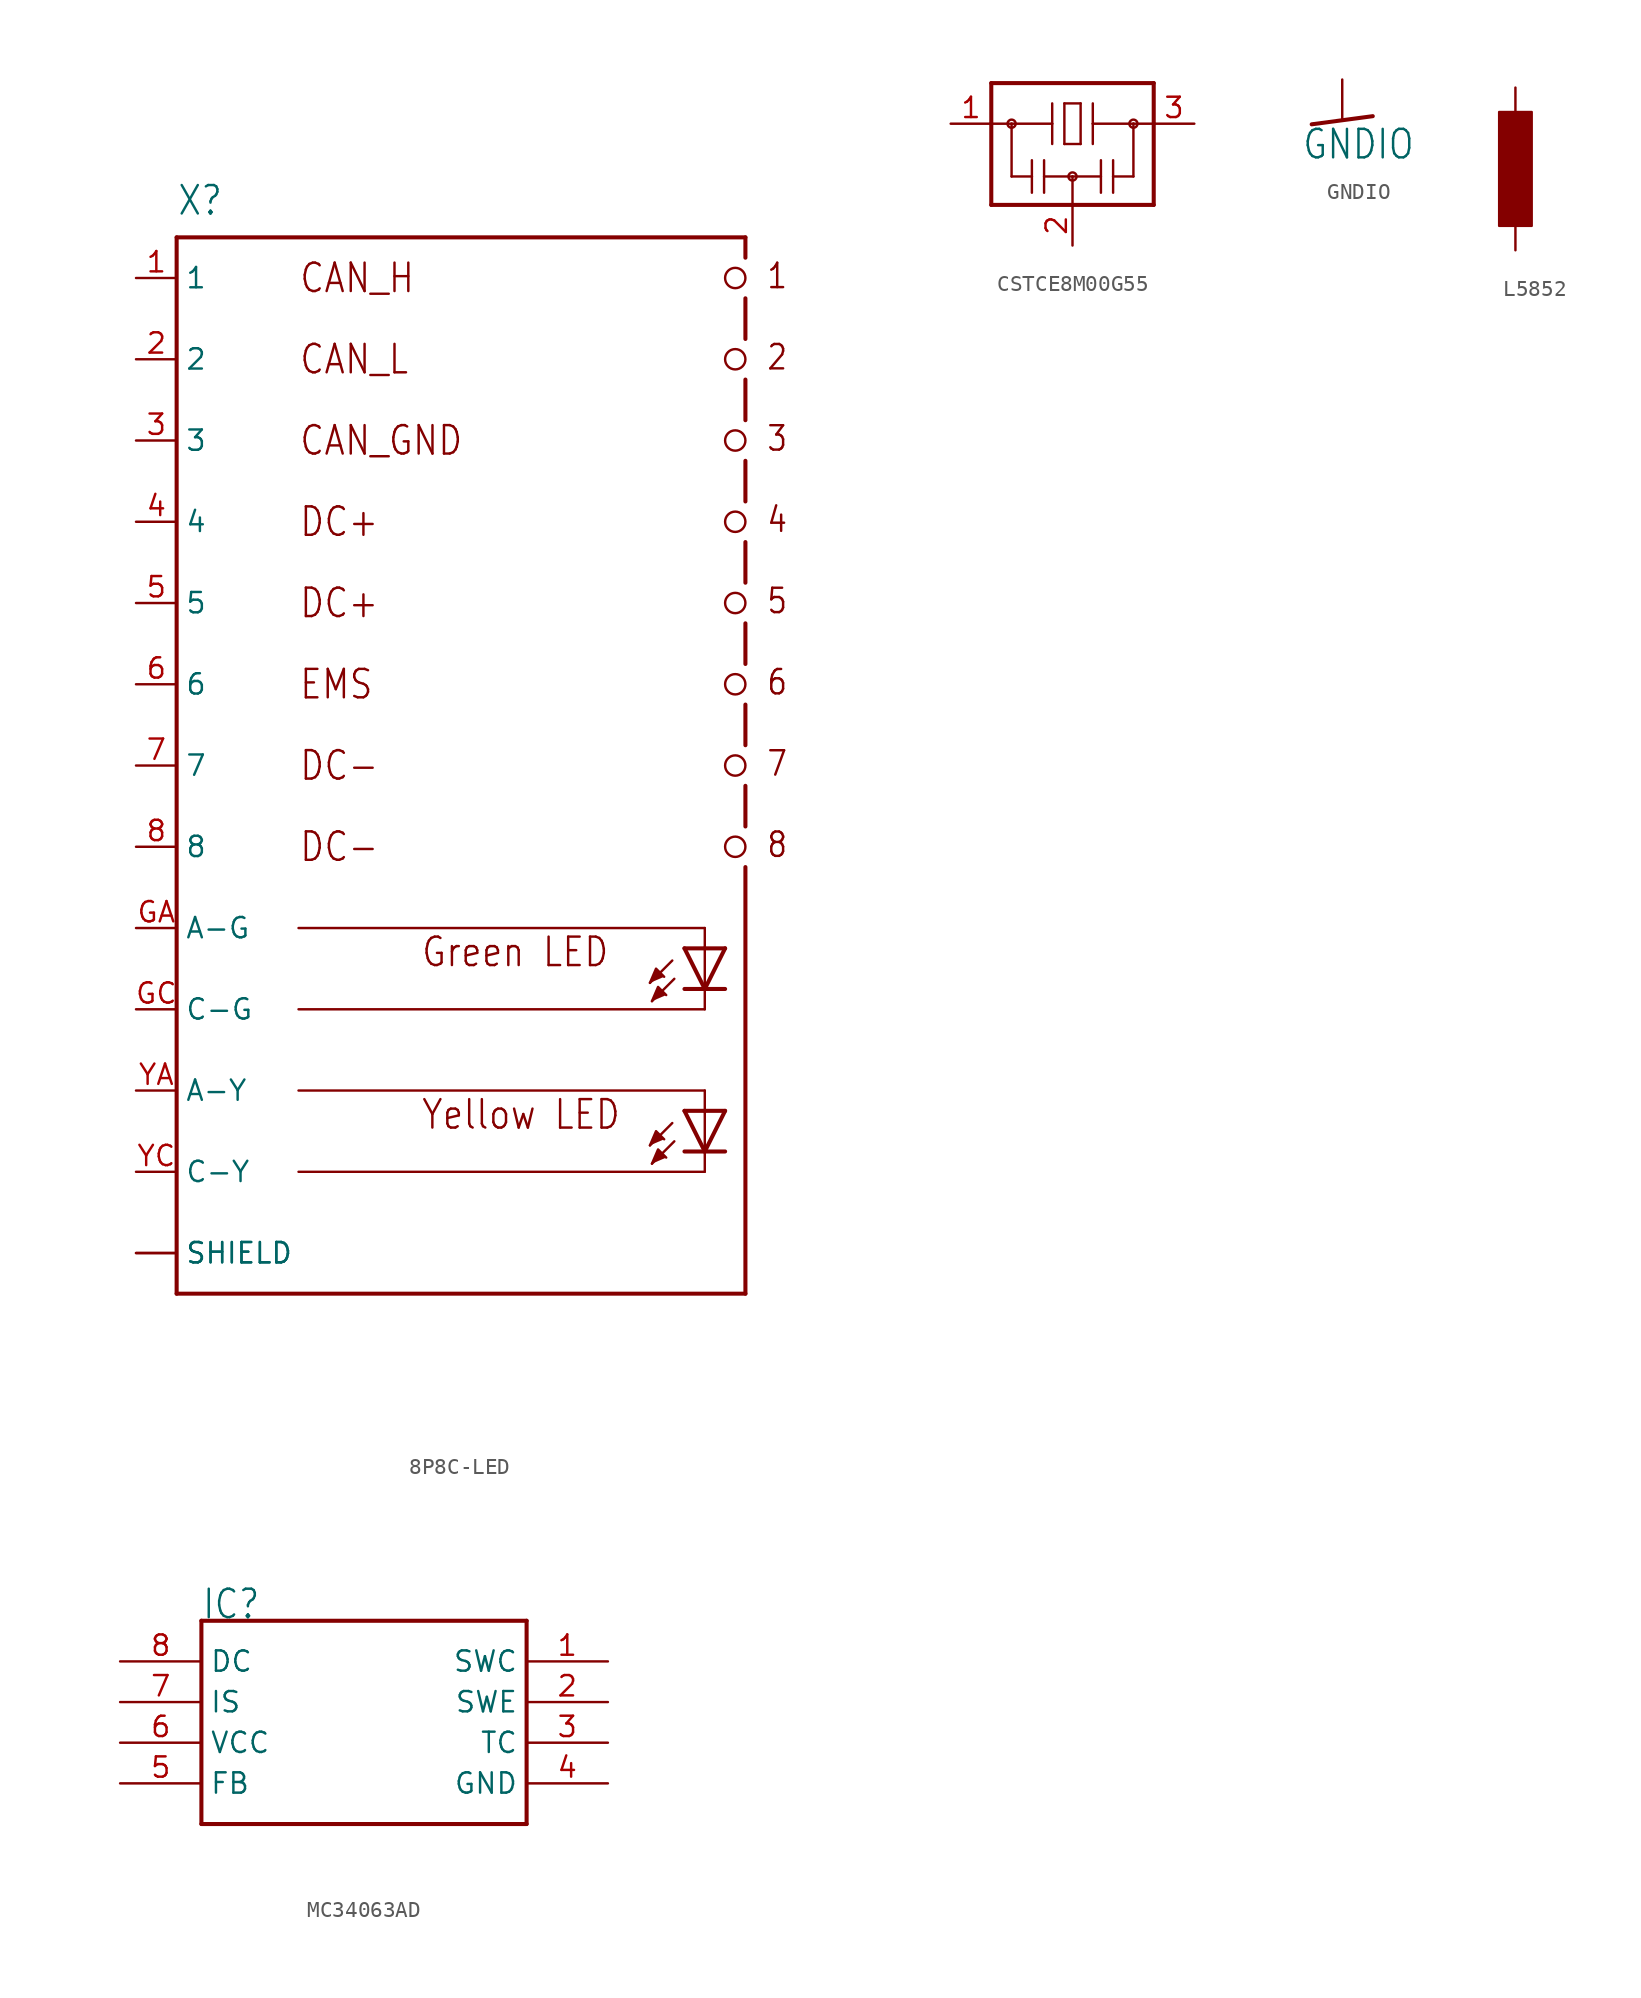
<source format=kicad_sym>
(kicad_symbol_lib
  (version 20220914)
  (generator kicad_symbol_editor)
  (symbol "8P8C-LED"
    (property "Reference" "X"
      (at -17.78 29.21 0)
      (effects (font (size 1.778 1.511)) (justify left bottom)))
    (property "Value" ""
      (at -17.78 -40.64 0)
      (effects (font (size 1.778 1.511)) (justify left bottom)))
    (property "ki_locked" ""
      (at 0 0 0)
      (effects (font (size 1.27 1.27))))
    (symbol "8P8C-LED_1_0"
      (polyline (pts (xy -17.78 -38.1) (xy 17.78 -38.1)) (stroke (width 0.254) (type solid)) (fill (type none)))
      (polyline (pts (xy -17.78 27.94) (xy -17.78 -38.1)) (stroke (width 0.254) (type solid)) (fill (type none)))
      (polyline (pts (xy -17.78 27.94) (xy 17.78 27.94)) (stroke (width 0.254) (type solid)) (fill (type none)))
      (polyline (pts (xy 13.208 -27.432) (xy 11.811 -28.829)) (stroke (width 0.152) (type solid)) (fill (type none)))
      (polyline (pts (xy 13.208 -17.272) (xy 11.811 -18.669)) (stroke (width 0.152) (type solid)) (fill (type none)))
      (polyline (pts (xy 13.335 -28.575) (xy 11.938 -29.972)) (stroke (width 0.152) (type solid)) (fill (type none)))
      (polyline (pts (xy 13.335 -18.415) (xy 11.938 -19.812)) (stroke (width 0.152) (type solid)) (fill (type none)))
      (polyline (pts (xy 15.24 -30.48) (xy -10.16 -30.48)) (stroke (width 0.152) (type solid)) (fill (type none)))
      (polyline (pts (xy 15.24 -30.48) (xy 15.24 -29.21)) (stroke (width 0.152) (type solid)) (fill (type none)))
      (polyline (pts (xy 15.24 -29.21) (xy 13.97 -29.21)) (stroke (width 0.254) (type solid)) (fill (type none)))
      (polyline (pts (xy 15.24 -29.21) (xy 13.97 -26.67)) (stroke (width 0.254) (type solid)) (fill (type none)))
      (polyline (pts (xy 15.24 -26.67) (xy 13.97 -26.67)) (stroke (width 0.254) (type solid)) (fill (type none)))
      (polyline (pts (xy 15.24 -26.67) (xy 15.24 -29.21)) (stroke (width 0.152) (type solid)) (fill (type none)))
      (polyline (pts (xy 15.24 -25.4) (xy -10.16 -25.4)) (stroke (width 0.152) (type solid)) (fill (type none)))
      (polyline (pts (xy 15.24 -25.4) (xy 15.24 -26.67)) (stroke (width 0.152) (type solid)) (fill (type none)))
      (polyline (pts (xy 15.24 -20.32) (xy -10.16 -20.32)) (stroke (width 0.152) (type solid)) (fill (type none)))
      (polyline (pts (xy 15.24 -20.32) (xy 15.24 -19.05)) (stroke (width 0.152) (type solid)) (fill (type none)))
      (polyline (pts (xy 15.24 -19.05) (xy 13.97 -19.05)) (stroke (width 0.254) (type solid)) (fill (type none)))
      (polyline (pts (xy 15.24 -19.05) (xy 13.97 -16.51)) (stroke (width 0.254) (type solid)) (fill (type none)))
      (polyline (pts (xy 15.24 -16.51) (xy 13.97 -16.51)) (stroke (width 0.254) (type solid)) (fill (type none)))
      (polyline (pts (xy 15.24 -16.51) (xy 15.24 -19.05)) (stroke (width 0.152) (type solid)) (fill (type none)))
      (polyline (pts (xy 15.24 -15.24) (xy -10.16 -15.24)) (stroke (width 0.152) (type solid)) (fill (type none)))
      (polyline (pts (xy 15.24 -15.24) (xy 15.24 -16.51)) (stroke (width 0.152) (type solid)) (fill (type none)))
      (polyline (pts (xy 16.51 -29.21) (xy 15.24 -29.21)) (stroke (width 0.254) (type solid)) (fill (type none)))
      (polyline (pts (xy 16.51 -26.67) (xy 15.24 -29.21)) (stroke (width 0.254) (type solid)) (fill (type none)))
      (polyline (pts (xy 16.51 -26.67) (xy 15.24 -26.67)) (stroke (width 0.254) (type solid)) (fill (type none)))
      (polyline (pts (xy 16.51 -19.05) (xy 15.24 -19.05)) (stroke (width 0.254) (type solid)) (fill (type none)))
      (polyline (pts (xy 16.51 -16.51) (xy 15.24 -19.05)) (stroke (width 0.254) (type solid)) (fill (type none)))
      (polyline (pts (xy 16.51 -16.51) (xy 15.24 -16.51)) (stroke (width 0.254) (type solid)) (fill (type none)))
      (polyline (pts (xy 17.78 -38.1) (xy 17.78 -11.43)) (stroke (width 0.254) (type solid)) (fill (type none)))
      (polyline (pts (xy 17.78 -8.89) (xy 17.78 -6.35)) (stroke (width 0.254) (type solid)) (fill (type none)))
      (polyline (pts (xy 17.78 -3.81) (xy 17.78 -1.27)) (stroke (width 0.254) (type solid)) (fill (type none)))
      (polyline (pts (xy 17.78 1.27) (xy 17.78 3.81)) (stroke (width 0.254) (type solid)) (fill (type none)))
      (polyline (pts (xy 17.78 6.35) (xy 17.78 8.89)) (stroke (width 0.254) (type solid)) (fill (type none)))
      (polyline (pts (xy 17.78 11.43) (xy 17.78 13.97)) (stroke (width 0.254) (type solid)) (fill (type none)))
      (polyline (pts (xy 17.78 16.51) (xy 17.78 19.05)) (stroke (width 0.254) (type solid)) (fill (type none)))
      (polyline (pts (xy 17.78 21.59) (xy 17.78 24.13)) (stroke (width 0.254) (type solid)) (fill (type none)))
      (polyline (pts (xy 17.78 27.94) (xy 17.78 26.67)) (stroke (width 0.254) (type solid)) (fill (type none)))
      (polyline (pts (xy 11.811 -28.829) (xy 12.192 -27.94) (xy 12.7 -28.448)) (stroke (width 0.152) (type solid)) (fill (type outline)))
      (polyline (pts (xy 11.811 -18.669) (xy 12.192 -17.78) (xy 12.7 -18.288)) (stroke (width 0.152) (type solid)) (fill (type outline)))
      (polyline (pts (xy 11.938 -29.972) (xy 12.319 -29.083) (xy 12.827 -29.591)) (stroke (width 0.152) (type solid)) (fill (type outline)))
      (polyline (pts (xy 11.938 -19.812) (xy 12.319 -18.923) (xy 12.827 -19.431)) (stroke (width 0.152) (type solid)) (fill (type outline)))
      (circle (center 17.145 -10.16) (radius 0.635) (stroke (width 0.152) (type solid)) (fill (type none)))
      (circle (center 17.145 -5.08) (radius 0.635) (stroke (width 0.152) (type solid)) (fill (type none)))
      (circle (center 17.145 0) (radius 0.635) (stroke (width 0.152) (type solid)) (fill (type none)))
      (circle (center 17.145 5.08) (radius 0.635) (stroke (width 0.152) (type solid)) (fill (type none)))
      (circle (center 17.145 10.16) (radius 0.635) (stroke (width 0.152) (type solid)) (fill (type none)))
      (circle (center 17.145 15.24) (radius 0.635) (stroke (width 0.152) (type solid)) (fill (type none)))
      (circle (center 17.145 20.32) (radius 0.635) (stroke (width 0.152) (type solid)) (fill (type none)))
      (circle (center 17.145 25.4) (radius 0.635) (stroke (width 0.152) (type solid)) (fill (type none)))
      (text "1" (at 19.05 24.638 0) (effects (font (size 1.524 1.295)) (justify left bottom)))
      (text "2" (at 19.05 19.558 0) (effects (font (size 1.524 1.295)) (justify left bottom)))
      (text "3" (at 19.05 14.478 0) (effects (font (size 1.524 1.295)) (justify left bottom)))
      (text "4" (at 19.05 9.398 0) (effects (font (size 1.524 1.295)) (justify left bottom)))
      (text "5" (at 19.05 4.318 0) (effects (font (size 1.524 1.295)) (justify left bottom)))
      (text "6" (at 19.05 -0.762 0) (effects (font (size 1.524 1.295)) (justify left bottom)))
      (text "7" (at 19.05 -5.842 0) (effects (font (size 1.524 1.295)) (justify left bottom)))
      (text "8" (at 19.05 -10.922 0) (effects (font (size 1.524 1.295)) (justify left bottom)))
      (text "CAN_GND" (at -10.16 15.24 0) (effects (font (size 1.778 1.511)) (justify left)))
      (text "CAN_H" (at -10.16 25.4 0) (effects (font (size 1.778 1.511)) (justify left)))
      (text "CAN_L" (at -10.16 20.32 0) (effects (font (size 1.778 1.511)) (justify left)))
      (text "DC+" (at -10.16 5.08 0) (effects (font (size 1.778 1.511)) (justify left)))
      (text "DC+" (at -10.16 10.16 0) (effects (font (size 1.778 1.511)) (justify left)))
      (text "DC-" (at -10.16 -10.16 0) (effects (font (size 1.778 1.511)) (justify left)))
      (text "DC-" (at -10.16 -5.08 0) (effects (font (size 1.778 1.511)) (justify left)))
      (text "EMS" (at -10.16 0 0) (effects (font (size 1.778 1.511)) (justify left)))
      (text "Green LED" (at -2.54 -17.78 0) (effects (font (size 1.778 1.511)) (justify left bottom)))
      (text "Yellow LED" (at -2.54 -27.94 0) (effects (font (size 1.778 1.511)) (justify left bottom)))
      (pin input line (at -20.32 25.4 0) (length 2.54) (name "1" (effects (font (size 1.27 1.27)))) (number "1" (effects (font (size 1.27 1.27)))))
      (pin input line (at -20.32 20.32 0) (length 2.54) (name "2" (effects (font (size 1.27 1.27)))) (number "2" (effects (font (size 1.27 1.27)))))
      (pin input line (at -20.32 15.24 0) (length 2.54) (name "3" (effects (font (size 1.27 1.27)))) (number "3" (effects (font (size 1.27 1.27)))))
      (pin input line (at -20.32 10.16 0) (length 2.54) (name "4" (effects (font (size 1.27 1.27)))) (number "4" (effects (font (size 1.27 1.27)))))
      (pin input line (at -20.32 5.08 0) (length 2.54) (name "5" (effects (font (size 1.27 1.27)))) (number "5" (effects (font (size 1.27 1.27)))))
      (pin input line (at -20.32 0 0) (length 2.54) (name "6" (effects (font (size 1.27 1.27)))) (number "6" (effects (font (size 1.27 1.27)))))
      (pin input line (at -20.32 -5.08 0) (length 2.54) (name "7" (effects (font (size 1.27 1.27)))) (number "7" (effects (font (size 1.27 1.27)))))
      (pin input line (at -20.32 -10.16 0) (length 2.54) (name "8" (effects (font (size 1.27 1.27)))) (number "8" (effects (font (size 1.27 1.27)))))
      (pin passive line (at -20.32 -15.24 0) (length 2.54) (name "A-G" (effects (font (size 1.27 1.27)))) (number "GA" (effects (font (size 1.27 1.27)))))
      (pin passive line (at -20.32 -20.32 0) (length 2.54) (name "C-G" (effects (font (size 1.27 1.27)))) (number "GC" (effects (font (size 1.27 1.27)))))
      (pin passive line (at -20.32 -35.56 0) (length 2.54) (name "SHIELD" (effects (font (size 1.27 1.27)))) (number "M1" (effects (font (size 0 0)))))
      (pin passive line (at -20.32 -35.56 0) (length 2.54) (name "SHIELD" (effects (font (size 1.27 1.27)))) (number "M2" (effects (font (size 0 0)))))
      (pin passive line (at -20.32 -25.4 0) (length 2.54) (name "A-Y" (effects (font (size 1.27 1.27)))) (number "YA" (effects (font (size 1.27 1.27)))))
      (pin passive line (at -20.32 -30.48 0) (length 2.54) (name "C-Y" (effects (font (size 1.27 1.27)))) (number "YC" (effects (font (size 1.27 1.27)))))))
  (symbol "CSTCE8M00G55"
    (property "Reference" ""
      (at -5.08 3.81 0)
      (effects (font (size 1.778 1.511)) (justify left bottom) hide))
    (property "Value" ""
      (at 2.54 -7.62 0)
      (effects (font (size 1.778 1.511)) (justify left bottom)))
    (property "ki_locked" ""
      (at 0 0 0)
      (effects (font (size 1.27 1.27))))
    (symbol "CSTCE8M00G55_1_0"
      (circle (center -3.81 0) (radius 0.254) (stroke (width 0) (type solid)) (fill (type none)))
      (circle (center 0 -3.302) (radius 0.254) (stroke (width 0) (type solid)) (fill (type none)))
      (polyline (pts (xy -5.08 -5.08) (xy -5.08 0)) (stroke (width 0.254) (type solid)) (fill (type none)))
      (polyline (pts (xy -5.08 0) (xy -5.08 2.54)) (stroke (width 0.254) (type solid)) (fill (type none)))
      (polyline (pts (xy -5.08 0) (xy -3.81 0)) (stroke (width 0.152) (type solid)) (fill (type none)))
      (polyline (pts (xy -5.08 2.54) (xy 5.08 2.54)) (stroke (width 0.254) (type solid)) (fill (type none)))
      (polyline (pts (xy -3.81 -3.302) (xy -3.81 0)) (stroke (width 0.152) (type solid)) (fill (type none)))
      (polyline (pts (xy -3.81 0) (xy -1.27 0)) (stroke (width 0.152) (type solid)) (fill (type none)))
      (polyline (pts (xy -2.54 -3.302) (xy -3.81 -3.302)) (stroke (width 0.152) (type solid)) (fill (type none)))
      (polyline (pts (xy -2.54 -3.302) (xy -2.54 -4.318)) (stroke (width 0.152) (type solid)) (fill (type none)))
      (polyline (pts (xy -2.54 -2.286) (xy -2.54 -3.302)) (stroke (width 0.152) (type solid)) (fill (type none)))
      (polyline (pts (xy -1.778 -2.286) (xy -1.778 -4.318)) (stroke (width 0.152) (type solid)) (fill (type none)))
      (polyline (pts (xy -1.27 0) (xy -1.27 -1.27)) (stroke (width 0.152) (type solid)) (fill (type none)))
      (polyline (pts (xy -1.27 0) (xy -1.27 1.27)) (stroke (width 0.152) (type solid)) (fill (type none)))
      (polyline (pts (xy -0.508 -1.27) (xy 0.508 -1.27)) (stroke (width 0.152) (type solid)) (fill (type none)))
      (polyline (pts (xy -0.508 1.27) (xy -0.508 -1.27)) (stroke (width 0.152) (type solid)) (fill (type none)))
      (polyline (pts (xy 0 -5.08) (xy -5.08 -5.08)) (stroke (width 0.254) (type solid)) (fill (type none)))
      (polyline (pts (xy 0 -5.08) (xy 0 -3.302)) (stroke (width 0.152) (type solid)) (fill (type none)))
      (polyline (pts (xy 0 -3.302) (xy -1.778 -3.302)) (stroke (width 0.152) (type solid)) (fill (type none)))
      (polyline (pts (xy 0 -3.302) (xy 1.778 -3.302)) (stroke (width 0.152) (type solid)) (fill (type none)))
      (polyline (pts (xy 0.508 -1.27) (xy 0.508 1.27)) (stroke (width 0.152) (type solid)) (fill (type none)))
      (polyline (pts (xy 0.508 1.27) (xy -0.508 1.27)) (stroke (width 0.152) (type solid)) (fill (type none)))
      (polyline (pts (xy 1.27 0) (xy 1.27 -1.27)) (stroke (width 0.152) (type solid)) (fill (type none)))
      (polyline (pts (xy 1.27 0) (xy 3.81 0)) (stroke (width 0.152) (type solid)) (fill (type none)))
      (polyline (pts (xy 1.27 1.27) (xy 1.27 0)) (stroke (width 0.152) (type solid)) (fill (type none)))
      (polyline (pts (xy 1.778 -2.286) (xy 1.778 -4.318)) (stroke (width 0.152) (type solid)) (fill (type none)))
      (polyline (pts (xy 2.54 -3.302) (xy 2.54 -4.318)) (stroke (width 0.152) (type solid)) (fill (type none)))
      (polyline (pts (xy 2.54 -3.302) (xy 3.81 -3.302)) (stroke (width 0.152) (type solid)) (fill (type none)))
      (polyline (pts (xy 2.54 -2.286) (xy 2.54 -3.302)) (stroke (width 0.152) (type solid)) (fill (type none)))
      (polyline (pts (xy 3.81 -3.302) (xy 3.81 0)) (stroke (width 0.152) (type solid)) (fill (type none)))
      (polyline (pts (xy 3.81 0) (xy 5.08 0)) (stroke (width 0.152) (type solid)) (fill (type none)))
      (polyline (pts (xy 5.08 -5.08) (xy 0 -5.08)) (stroke (width 0.254) (type solid)) (fill (type none)))
      (polyline (pts (xy 5.08 0) (xy 5.08 -5.08)) (stroke (width 0.254) (type solid)) (fill (type none)))
      (polyline (pts (xy 5.08 2.54) (xy 5.08 0)) (stroke (width 0.254) (type solid)) (fill (type none)))
      (circle (center 3.81 0) (radius 0.254) (stroke (width 0) (type solid)) (fill (type none)))
      (pin passive line (at -7.62 0 0) (length 2.54) (name "1" (effects (font (size 0 0)))) (number "1" (effects (font (size 1.27 1.27)))))
      (pin passive line (at 0 -7.62 90) (length 2.54) (name "2" (effects (font (size 0 0)))) (number "2" (effects (font (size 1.27 1.27)))))
      (pin passive line (at 7.62 0 180) (length 2.54) (name "3" (effects (font (size 0 0)))) (number "3" (effects (font (size 1.27 1.27)))))))
  (symbol "GNDIO"
    (power)
    (property "Reference" "#GND"
      (at 0 0 0)
      (effects (font (size 1.27 1.27)) hide))
    (property "Value" "GNDIO"
      (at -2.54 -2.54 0)
      (effects (font (size 1.778 1.511)) (justify left bottom)))
    (property "ki_locked" ""
      (at 0 0 0)
      (effects (font (size 1.27 1.27))))
    (symbol "GNDIO_1_0"
      (polyline (pts (xy -1.905 -0.254) (xy 1.905 0.254)) (stroke (width 0.254) (type solid)) (fill (type none)))
      (pin power_in line (at 0 2.54 270) (length 2.54) (name "GNDIO" (effects (font (size 0 0)))) (number "1" (effects (font (size 0 0)))))))
  (symbol "L5852"
    (property "Reference" ""
      (at -1.499 -3.81 90)
      (effects (font (size 1.778 1.511)) (justify left bottom) hide))
    (property "Value" ""
      (at 3.302 -3.81 90)
      (effects (font (size 1.778 1.511)) (justify left bottom)))
    (property "ki_locked" ""
      (at 0 0 0)
      (effects (font (size 1.27 1.27))))
    (symbol "L5852_1_0"
      (rectangle (start -1.016 -3.556) (end 1.016 3.556) (stroke (width 0) (type default)) (fill (type outline)))
      (pin passive line (at 0 5.08 270) (length 2.54) (name "1" (effects (font (size 0 0)))) (number "P$1" (effects (font (size 0 0)))))
      (pin passive line (at 0 -5.08 90) (length 2.54) (name "2" (effects (font (size 0 0)))) (number "P$2" (effects (font (size 0 0)))))))
  (symbol "MC34063AD"
    (property "Reference" "IC"
      (at -10.16 2.54 0)
      (effects (font (size 1.778 1.511)) (justify left bottom)))
    (property "Value" ""
      (at -10.16 -12.7 0)
      (effects (font (size 1.778 1.511)) (justify left bottom)))
    (property "ki_locked" ""
      (at 0 0 0)
      (effects (font (size 1.27 1.27))))
    (symbol "MC34063AD_1_0"
      (polyline (pts (xy -10.16 -10.16) (xy 10.16 -10.16)) (stroke (width 0.254) (type solid)) (fill (type none)))
      (polyline (pts (xy -10.16 2.54) (xy -10.16 -10.16)) (stroke (width 0.254) (type solid)) (fill (type none)))
      (polyline (pts (xy 10.16 -10.16) (xy 10.16 2.54)) (stroke (width 0.254) (type solid)) (fill (type none)))
      (polyline (pts (xy 10.16 2.54) (xy -10.16 2.54)) (stroke (width 0.254) (type solid)) (fill (type none)))
      (pin passive line (at 15.24 0 180) (length 5.08) (name "SWC" (effects (font (size 1.27 1.27)))) (number "1" (effects (font (size 1.27 1.27)))))
      (pin passive line (at 15.24 -2.54 180) (length 5.08) (name "SWE" (effects (font (size 1.27 1.27)))) (number "2" (effects (font (size 1.27 1.27)))))
      (pin passive line (at 15.24 -5.08 180) (length 5.08) (name "TC" (effects (font (size 1.27 1.27)))) (number "3" (effects (font (size 1.27 1.27)))))
      (pin passive line (at 15.24 -7.62 180) (length 5.08) (name "GND" (effects (font (size 1.27 1.27)))) (number "4" (effects (font (size 1.27 1.27)))))
      (pin passive line (at -15.24 -7.62 0) (length 5.08) (name "FB" (effects (font (size 1.27 1.27)))) (number "5" (effects (font (size 1.27 1.27)))))
      (pin passive line (at -15.24 -5.08 0) (length 5.08) (name "VCC" (effects (font (size 1.27 1.27)))) (number "6" (effects (font (size 1.27 1.27)))))
      (pin passive line (at -15.24 -2.54 0) (length 5.08) (name "IS" (effects (font (size 1.27 1.27)))) (number "7" (effects (font (size 1.27 1.27)))))
      (pin passive line (at -15.24 0 0) (length 5.08) (name "DC" (effects (font (size 1.27 1.27)))) (number "8" (effects (font (size 1.27 1.27))))))))
</source>
